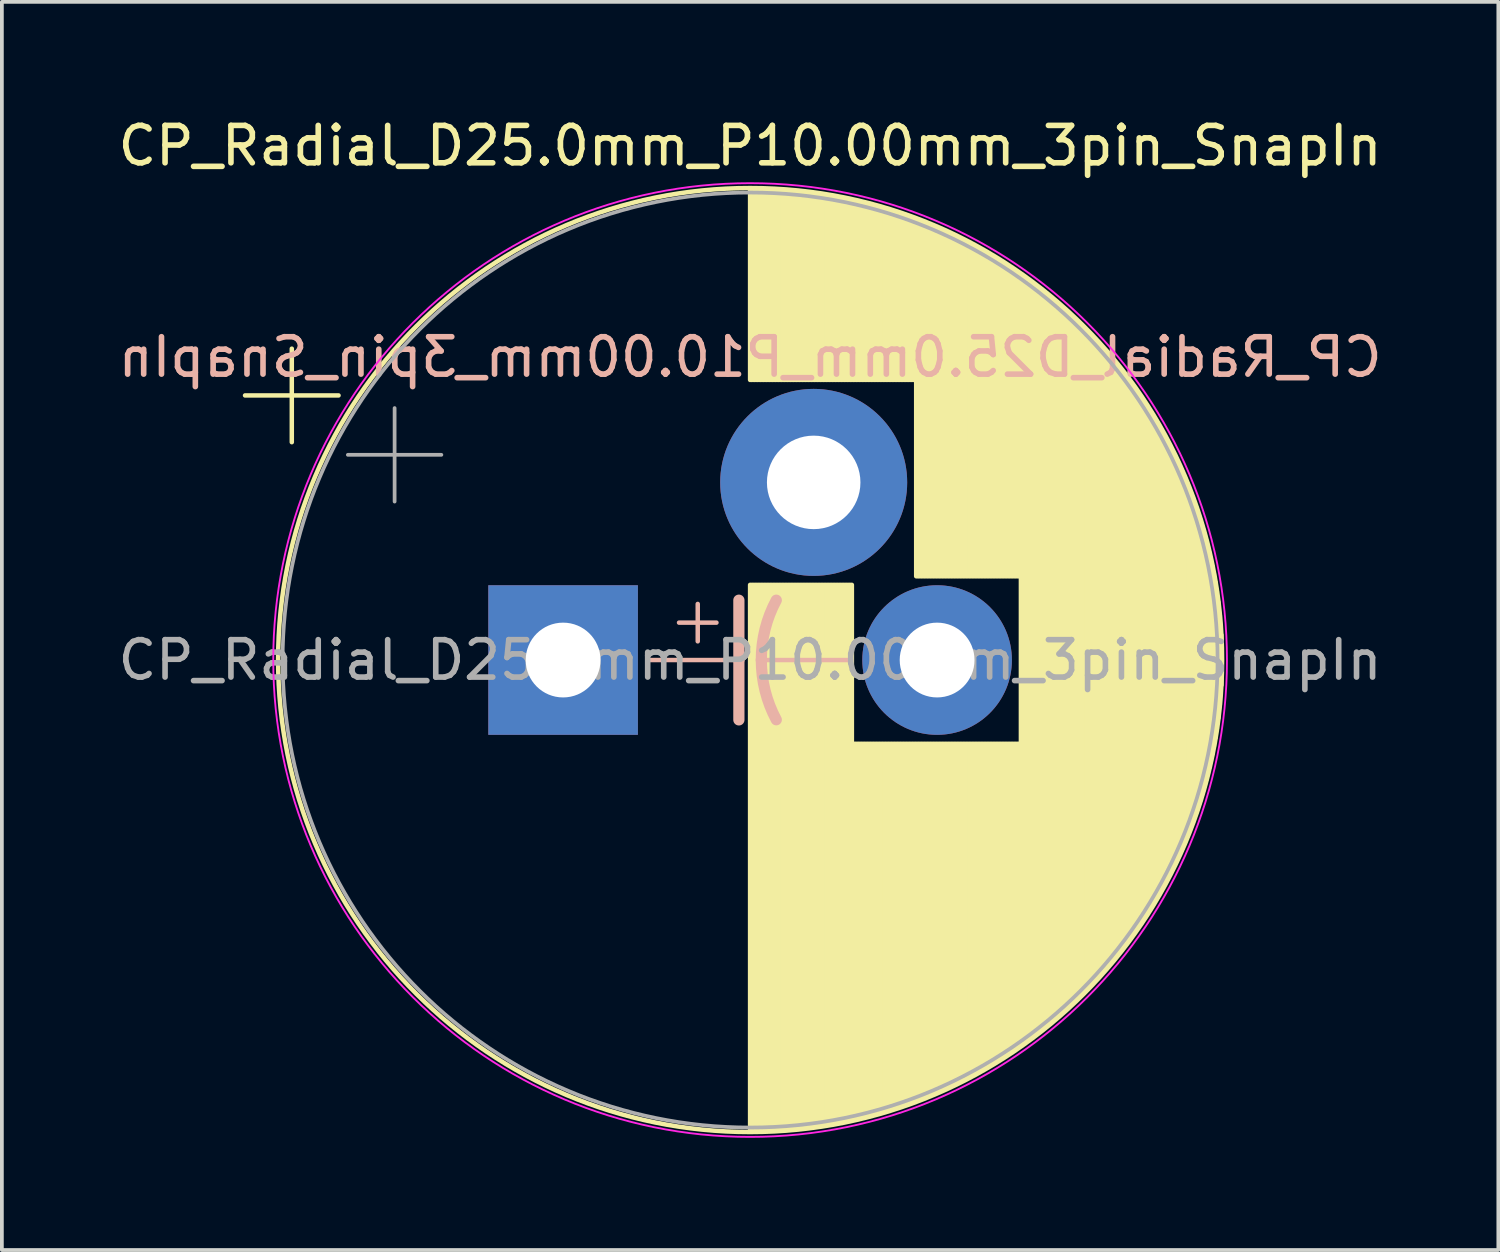
<source format=kicad_pcb>
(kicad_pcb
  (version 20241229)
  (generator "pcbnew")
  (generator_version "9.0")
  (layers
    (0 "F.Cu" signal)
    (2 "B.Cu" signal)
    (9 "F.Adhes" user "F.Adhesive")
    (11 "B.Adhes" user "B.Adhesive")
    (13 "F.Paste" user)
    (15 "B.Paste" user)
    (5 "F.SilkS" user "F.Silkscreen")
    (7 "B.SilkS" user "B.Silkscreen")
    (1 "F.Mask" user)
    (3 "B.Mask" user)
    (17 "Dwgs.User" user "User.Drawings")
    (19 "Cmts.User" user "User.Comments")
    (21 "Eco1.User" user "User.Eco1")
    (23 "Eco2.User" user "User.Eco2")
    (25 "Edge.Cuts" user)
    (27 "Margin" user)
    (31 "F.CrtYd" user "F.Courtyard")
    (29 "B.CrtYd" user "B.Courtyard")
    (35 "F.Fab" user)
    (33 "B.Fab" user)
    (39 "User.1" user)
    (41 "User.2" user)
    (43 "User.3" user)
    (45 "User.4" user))
  (footprint "CP_Radial_D25.0mm_P10.00mm_3pin_SnapIn"
    (layer "F.Cu")
    (at 12.006 14.598)
    (property "Reference" "CP_Radial_D25.0mm_P10.00mm_3pin_SnapIn" (at 5 -13.75 0) (layer "F.SilkS") (effects (font (size 1 1) (thickness 0.15))))
    (fp_line (start -8.504 -7.075) (end -6.004 -7.075) (stroke (width 0.12) (type solid)) (layer "F.SilkS"))
    (fp_line (start -7.254 -8.325) (end -7.254 -5.825) (stroke (width 0.12) (type solid)) (layer "F.SilkS"))
    (fp_line (start 5 -12.581) (end 5 -7.49) (stroke (width 0.12) (type solid)) (layer "F.SilkS"))
    (fp_line (start 5 -2.01) (end 5 12.581) (stroke (width 0.12) (type solid)) (layer "F.SilkS"))
    (fp_line (start 5.04 -12.58) (end 5.04 -7.49) (stroke (width 0.12) (type solid)) (layer "F.SilkS"))
    (fp_line (start 5.04 -2.01) (end 5.04 12.58) (stroke (width 0.12) (type solid)) (layer "F.SilkS"))
    (fp_line (start 5.08 -12.58) (end 5.08 -7.49) (stroke (width 0.12) (type solid)) (layer "F.SilkS"))
    (fp_line (start 5.08 -2.01) (end 5.08 12.58) (stroke (width 0.12) (type solid)) (layer "F.SilkS"))
    (fp_line (start 5.12 -12.58) (end 5.12 -7.49) (stroke (width 0.12) (type solid)) (layer "F.SilkS"))
    (fp_line (start 5.12 -2.01) (end 5.12 12.58) (stroke (width 0.12) (type solid)) (layer "F.SilkS"))
    (fp_line (start 5.16 -12.579) (end 5.16 -7.49) (stroke (width 0.12) (type solid)) (layer "F.SilkS"))
    (fp_line (start 5.16 -2.01) (end 5.16 12.579) (stroke (width 0.12) (type solid)) (layer "F.SilkS"))
    (fp_line (start 5.2 -12.579) (end 5.2 -7.49) (stroke (width 0.12) (type solid)) (layer "F.SilkS"))
    (fp_line (start 5.2 -2.01) (end 5.2 12.579) (stroke (width 0.12) (type solid)) (layer "F.SilkS"))
    (fp_line (start 5.24 -12.578) (end 5.24 -7.49) (stroke (width 0.12) (type solid)) (layer "F.SilkS"))
    (fp_line (start 5.24 -2.01) (end 5.24 12.578) (stroke (width 0.12) (type solid)) (layer "F.SilkS"))
    (fp_line (start 5.28 -12.577) (end 5.28 -7.49) (stroke (width 0.12) (type solid)) (layer "F.SilkS"))
    (fp_line (start 5.28 -2.01) (end 5.28 12.577) (stroke (width 0.12) (type solid)) (layer "F.SilkS"))
    (fp_line (start 5.32 -12.576) (end 5.32 -7.49) (stroke (width 0.12) (type solid)) (layer "F.SilkS"))
    (fp_line (start 5.32 -2.01) (end 5.32 12.576) (stroke (width 0.12) (type solid)) (layer "F.SilkS"))
    (fp_line (start 5.36 -12.575) (end 5.36 -7.49) (stroke (width 0.12) (type solid)) (layer "F.SilkS"))
    (fp_line (start 5.36 -2.01) (end 5.36 12.575) (stroke (width 0.12) (type solid)) (layer "F.SilkS"))
    (fp_line (start 5.4 -12.574) (end 5.4 -7.49) (stroke (width 0.12) (type solid)) (layer "F.SilkS"))
    (fp_line (start 5.4 -2.01) (end 5.4 12.574) (stroke (width 0.12) (type solid)) (layer "F.SilkS"))
    (fp_line (start 5.44 -12.573) (end 5.44 -7.49) (stroke (width 0.12) (type solid)) (layer "F.SilkS"))
    (fp_line (start 5.44 -2.01) (end 5.44 12.573) (stroke (width 0.12) (type solid)) (layer "F.SilkS"))
    (fp_line (start 5.48 -12.571) (end 5.48 -7.49) (stroke (width 0.12) (type solid)) (layer "F.SilkS"))
    (fp_line (start 5.48 -2.01) (end 5.48 12.571) (stroke (width 0.12) (type solid)) (layer "F.SilkS"))
    (fp_line (start 5.52 -12.57) (end 5.52 -7.49) (stroke (width 0.12) (type solid)) (layer "F.SilkS"))
    (fp_line (start 5.52 -2.01) (end 5.52 12.57) (stroke (width 0.12) (type solid)) (layer "F.SilkS"))
    (fp_line (start 5.56 -12.568) (end 5.56 -7.49) (stroke (width 0.12) (type solid)) (layer "F.SilkS"))
    (fp_line (start 5.56 -2.01) (end 5.56 12.568) (stroke (width 0.12) (type solid)) (layer "F.SilkS"))
    (fp_line (start 5.6 -12.566) (end 5.6 -7.49) (stroke (width 0.12) (type solid)) (layer "F.SilkS"))
    (fp_line (start 5.6 -2.01) (end 5.6 12.566) (stroke (width 0.12) (type solid)) (layer "F.SilkS"))
    (fp_line (start 5.64 -12.564) (end 5.64 -7.49) (stroke (width 0.12) (type solid)) (layer "F.SilkS"))
    (fp_line (start 5.64 -2.01) (end 5.64 12.564) (stroke (width 0.12) (type solid)) (layer "F.SilkS"))
    (fp_line (start 5.68 -12.562) (end 5.68 -7.49) (stroke (width 0.12) (type solid)) (layer "F.SilkS"))
    (fp_line (start 5.68 -2.01) (end 5.68 12.562) (stroke (width 0.12) (type solid)) (layer "F.SilkS"))
    (fp_line (start 5.721 -12.56) (end 5.721 -7.49) (stroke (width 0.12) (type solid)) (layer "F.SilkS"))
    (fp_line (start 5.721 -2.01) (end 5.721 12.56) (stroke (width 0.12) (type solid)) (layer "F.SilkS"))
    (fp_line (start 5.761 -12.558) (end 5.761 -7.49) (stroke (width 0.12) (type solid)) (layer "F.SilkS"))
    (fp_line (start 5.761 -2.01) (end 5.761 12.558) (stroke (width 0.12) (type solid)) (layer "F.SilkS"))
    (fp_line (start 5.801 -12.555) (end 5.801 -7.49) (stroke (width 0.12) (type solid)) (layer "F.SilkS"))
    (fp_line (start 5.801 -2.01) (end 5.801 12.555) (stroke (width 0.12) (type solid)) (layer "F.SilkS"))
    (fp_line (start 5.841 -12.553) (end 5.841 -7.49) (stroke (width 0.12) (type solid)) (layer "F.SilkS"))
    (fp_line (start 5.841 -2.01) (end 5.841 12.553) (stroke (width 0.12) (type solid)) (layer "F.SilkS"))
    (fp_line (start 5.881 -12.55) (end 5.881 -7.49) (stroke (width 0.12) (type solid)) (layer "F.SilkS"))
    (fp_line (start 5.881 -2.01) (end 5.881 12.55) (stroke (width 0.12) (type solid)) (layer "F.SilkS"))
    (fp_line (start 5.921 -12.547) (end 5.921 -7.49) (stroke (width 0.12) (type solid)) (layer "F.SilkS"))
    (fp_line (start 5.921 -2.01) (end 5.921 12.547) (stroke (width 0.12) (type solid)) (layer "F.SilkS"))
    (fp_line (start 5.961 -12.544) (end 5.961 -7.49) (stroke (width 0.12) (type solid)) (layer "F.SilkS"))
    (fp_line (start 5.961 -2.01) (end 5.961 12.544) (stroke (width 0.12) (type solid)) (layer "F.SilkS"))
    (fp_line (start 6.001 -12.541) (end 6.001 -7.49) (stroke (width 0.12) (type solid)) (layer "F.SilkS"))
    (fp_line (start 6.001 -2.01) (end 6.001 12.541) (stroke (width 0.12) (type solid)) (layer "F.SilkS"))
    (fp_line (start 6.041 -12.538) (end 6.041 -7.49) (stroke (width 0.12) (type solid)) (layer "F.SilkS"))
    (fp_line (start 6.041 -2.01) (end 6.041 12.538) (stroke (width 0.12) (type solid)) (layer "F.SilkS"))
    (fp_line (start 6.081 -12.534) (end 6.081 -7.49) (stroke (width 0.12) (type solid)) (layer "F.SilkS"))
    (fp_line (start 6.081 -2.01) (end 6.081 12.534) (stroke (width 0.12) (type solid)) (layer "F.SilkS"))
    (fp_line (start 6.121 -12.531) (end 6.121 -7.49) (stroke (width 0.12) (type solid)) (layer "F.SilkS"))
    (fp_line (start 6.121 -2.01) (end 6.121 12.531) (stroke (width 0.12) (type solid)) (layer "F.SilkS"))
    (fp_line (start 6.161 -12.527) (end 6.161 -7.49) (stroke (width 0.12) (type solid)) (layer "F.SilkS"))
    (fp_line (start 6.161 -2.01) (end 6.161 12.527) (stroke (width 0.12) (type solid)) (layer "F.SilkS"))
    (fp_line (start 6.201 -12.523) (end 6.201 -7.49) (stroke (width 0.12) (type solid)) (layer "F.SilkS"))
    (fp_line (start 6.201 -2.01) (end 6.201 12.523) (stroke (width 0.12) (type solid)) (layer "F.SilkS"))
    (fp_line (start 6.241 -12.519) (end 6.241 -7.49) (stroke (width 0.12) (type solid)) (layer "F.SilkS"))
    (fp_line (start 6.241 -2.01) (end 6.241 12.519) (stroke (width 0.12) (type solid)) (layer "F.SilkS"))
    (fp_line (start 6.281 -12.515) (end 6.281 -7.49) (stroke (width 0.12) (type solid)) (layer "F.SilkS"))
    (fp_line (start 6.281 -2.01) (end 6.281 12.515) (stroke (width 0.12) (type solid)) (layer "F.SilkS"))
    (fp_line (start 6.321 -12.511) (end 6.321 -7.49) (stroke (width 0.12) (type solid)) (layer "F.SilkS"))
    (fp_line (start 6.321 -2.01) (end 6.321 12.511) (stroke (width 0.12) (type solid)) (layer "F.SilkS"))
    (fp_line (start 6.361 -12.507) (end 6.361 -7.49) (stroke (width 0.12) (type solid)) (layer "F.SilkS"))
    (fp_line (start 6.361 -2.01) (end 6.361 12.507) (stroke (width 0.12) (type solid)) (layer "F.SilkS"))
    (fp_line (start 6.401 -12.503) (end 6.401 -7.49) (stroke (width 0.12) (type solid)) (layer "F.SilkS"))
    (fp_line (start 6.401 -2.01) (end 6.401 12.503) (stroke (width 0.12) (type solid)) (layer "F.SilkS"))
    (fp_line (start 6.441 -12.498) (end 6.441 -7.49) (stroke (width 0.12) (type solid)) (layer "F.SilkS"))
    (fp_line (start 6.441 -2.01) (end 6.441 12.498) (stroke (width 0.12) (type solid)) (layer "F.SilkS"))
    (fp_line (start 6.481 -12.493) (end 6.481 -7.49) (stroke (width 0.12) (type solid)) (layer "F.SilkS"))
    (fp_line (start 6.481 -2.01) (end 6.481 12.493) (stroke (width 0.12) (type solid)) (layer "F.SilkS"))
    (fp_line (start 6.521 -12.489) (end 6.521 -7.49) (stroke (width 0.12) (type solid)) (layer "F.SilkS"))
    (fp_line (start 6.521 -2.01) (end 6.521 12.489) (stroke (width 0.12) (type solid)) (layer "F.SilkS"))
    (fp_line (start 6.561 -12.484) (end 6.561 -7.49) (stroke (width 0.12) (type solid)) (layer "F.SilkS"))
    (fp_line (start 6.561 -2.01) (end 6.561 12.484) (stroke (width 0.12) (type solid)) (layer "F.SilkS"))
    (fp_line (start 6.601 -12.479) (end 6.601 -7.49) (stroke (width 0.12) (type solid)) (layer "F.SilkS"))
    (fp_line (start 6.601 -2.01) (end 6.601 12.479) (stroke (width 0.12) (type solid)) (layer "F.SilkS"))
    (fp_line (start 6.641 -12.473) (end 6.641 -7.49) (stroke (width 0.12) (type solid)) (layer "F.SilkS"))
    (fp_line (start 6.641 -2.01) (end 6.641 12.473) (stroke (width 0.12) (type solid)) (layer "F.SilkS"))
    (fp_line (start 6.681 -12.468) (end 6.681 -7.49) (stroke (width 0.12) (type solid)) (layer "F.SilkS"))
    (fp_line (start 6.681 -2.01) (end 6.681 12.468) (stroke (width 0.12) (type solid)) (layer "F.SilkS"))
    (fp_line (start 6.721 -12.463) (end 6.721 -7.49) (stroke (width 0.12) (type solid)) (layer "F.SilkS"))
    (fp_line (start 6.721 -2.01) (end 6.721 12.463) (stroke (width 0.12) (type solid)) (layer "F.SilkS"))
    (fp_line (start 6.761 -12.457) (end 6.761 -7.49) (stroke (width 0.12) (type solid)) (layer "F.SilkS"))
    (fp_line (start 6.761 -2.01) (end 6.761 12.457) (stroke (width 0.12) (type solid)) (layer "F.SilkS"))
    (fp_line (start 6.801 -12.451) (end 6.801 -7.49) (stroke (width 0.12) (type solid)) (layer "F.SilkS"))
    (fp_line (start 6.801 -2.01) (end 6.801 12.451) (stroke (width 0.12) (type solid)) (layer "F.SilkS"))
    (fp_line (start 6.841 -12.446) (end 6.841 -7.49) (stroke (width 0.12) (type solid)) (layer "F.SilkS"))
    (fp_line (start 6.841 -2.01) (end 6.841 12.446) (stroke (width 0.12) (type solid)) (layer "F.SilkS"))
    (fp_line (start 6.881 -12.44) (end 6.881 -7.49) (stroke (width 0.12) (type solid)) (layer "F.SilkS"))
    (fp_line (start 6.881 -2.01) (end 6.881 12.44) (stroke (width 0.12) (type solid)) (layer "F.SilkS"))
    (fp_line (start 6.921 -12.434) (end 6.921 -7.49) (stroke (width 0.12) (type solid)) (layer "F.SilkS"))
    (fp_line (start 6.921 -2.01) (end 6.921 12.434) (stroke (width 0.12) (type solid)) (layer "F.SilkS"))
    (fp_line (start 6.961 -12.427) (end 6.961 -7.49) (stroke (width 0.12) (type solid)) (layer "F.SilkS"))
    (fp_line (start 6.961 -2.01) (end 6.961 12.427) (stroke (width 0.12) (type solid)) (layer "F.SilkS"))
    (fp_line (start 7.001 -12.421) (end 7.001 -7.49) (stroke (width 0.12) (type solid)) (layer "F.SilkS"))
    (fp_line (start 7.001 -2.01) (end 7.001 12.421) (stroke (width 0.12) (type solid)) (layer "F.SilkS"))
    (fp_line (start 7.041 -12.415) (end 7.041 -7.49) (stroke (width 0.12) (type solid)) (layer "F.SilkS"))
    (fp_line (start 7.041 -2.01) (end 7.041 12.415) (stroke (width 0.12) (type solid)) (layer "F.SilkS"))
    (fp_line (start 7.081 -12.408) (end 7.081 -7.49) (stroke (width 0.12) (type solid)) (layer "F.SilkS"))
    (fp_line (start 7.081 -2.01) (end 7.081 12.408) (stroke (width 0.12) (type solid)) (layer "F.SilkS"))
    (fp_line (start 7.121 -12.401) (end 7.121 -7.49) (stroke (width 0.12) (type solid)) (layer "F.SilkS"))
    (fp_line (start 7.121 -2.01) (end 7.121 12.401) (stroke (width 0.12) (type solid)) (layer "F.SilkS"))
    (fp_line (start 7.161 -12.394) (end 7.161 -7.49) (stroke (width 0.12) (type solid)) (layer "F.SilkS"))
    (fp_line (start 7.161 -2.01) (end 7.161 12.394) (stroke (width 0.12) (type solid)) (layer "F.SilkS"))
    (fp_line (start 7.201 -12.387) (end 7.201 -7.49) (stroke (width 0.12) (type solid)) (layer "F.SilkS"))
    (fp_line (start 7.201 -2.01) (end 7.201 12.387) (stroke (width 0.12) (type solid)) (layer "F.SilkS"))
    (fp_line (start 7.241 -12.38) (end 7.241 -7.49) (stroke (width 0.12) (type solid)) (layer "F.SilkS"))
    (fp_line (start 7.241 -2.01) (end 7.241 12.38) (stroke (width 0.12) (type solid)) (layer "F.SilkS"))
    (fp_line (start 7.281 -12.373) (end 7.281 -7.49) (stroke (width 0.12) (type solid)) (layer "F.SilkS"))
    (fp_line (start 7.281 -2.01) (end 7.281 12.373) (stroke (width 0.12) (type solid)) (layer "F.SilkS"))
    (fp_line (start 7.321 -12.365) (end 7.321 -7.49) (stroke (width 0.12) (type solid)) (layer "F.SilkS"))
    (fp_line (start 7.321 -2.01) (end 7.321 12.365) (stroke (width 0.12) (type solid)) (layer "F.SilkS"))
    (fp_line (start 7.361 -12.358) (end 7.361 -7.49) (stroke (width 0.12) (type solid)) (layer "F.SilkS"))
    (fp_line (start 7.361 -2.01) (end 7.361 12.358) (stroke (width 0.12) (type solid)) (layer "F.SilkS"))
    (fp_line (start 7.401 -12.35) (end 7.401 -7.49) (stroke (width 0.12) (type solid)) (layer "F.SilkS"))
    (fp_line (start 7.401 -2.01) (end 7.401 12.35) (stroke (width 0.12) (type solid)) (layer "F.SilkS"))
    (fp_line (start 7.441 -12.342) (end 7.441 -7.49) (stroke (width 0.12) (type solid)) (layer "F.SilkS"))
    (fp_line (start 7.441 -2.01) (end 7.441 12.342) (stroke (width 0.12) (type solid)) (layer "F.SilkS"))
    (fp_line (start 7.481 -12.334) (end 7.481 -7.49) (stroke (width 0.12) (type solid)) (layer "F.SilkS"))
    (fp_line (start 7.481 -2.01) (end 7.481 12.334) (stroke (width 0.12) (type solid)) (layer "F.SilkS"))
    (fp_line (start 7.521 -12.326) (end 7.521 -7.49) (stroke (width 0.12) (type solid)) (layer "F.SilkS"))
    (fp_line (start 7.521 -2.01) (end 7.521 12.326) (stroke (width 0.12) (type solid)) (layer "F.SilkS"))
    (fp_line (start 7.561 -12.318) (end 7.561 -7.49) (stroke (width 0.12) (type solid)) (layer "F.SilkS"))
    (fp_line (start 7.561 -2.01) (end 7.561 12.318) (stroke (width 0.12) (type solid)) (layer "F.SilkS"))
    (fp_line (start 7.601 -12.31) (end 7.601 -7.49) (stroke (width 0.12) (type solid)) (layer "F.SilkS"))
    (fp_line (start 7.601 -2.01) (end 7.601 12.31) (stroke (width 0.12) (type solid)) (layer "F.SilkS"))
    (fp_line (start 7.641 -12.301) (end 7.641 -7.49) (stroke (width 0.12) (type solid)) (layer "F.SilkS"))
    (fp_line (start 7.641 -2.01) (end 7.641 12.301) (stroke (width 0.12) (type solid)) (layer "F.SilkS"))
    (fp_line (start 7.681 -12.293) (end 7.681 -7.49) (stroke (width 0.12) (type solid)) (layer "F.SilkS"))
    (fp_line (start 7.681 -2.01) (end 7.681 12.293) (stroke (width 0.12) (type solid)) (layer "F.SilkS"))
    (fp_line (start 7.721 -12.284) (end 7.721 -7.49) (stroke (width 0.12) (type solid)) (layer "F.SilkS"))
    (fp_line (start 7.721 -2.01) (end 7.721 12.284) (stroke (width 0.12) (type solid)) (layer "F.SilkS"))
    (fp_line (start 7.761 -12.275) (end 7.761 -7.49) (stroke (width 0.12) (type solid)) (layer "F.SilkS"))
    (fp_line (start 7.761 2.24) (end 7.761 12.275) (stroke (width 0.12) (type solid)) (layer "F.SilkS"))
    (fp_line (start 7.801 -12.266) (end 7.801 -7.49) (stroke (width 0.12) (type solid)) (layer "F.SilkS"))
    (fp_line (start 7.801 2.24) (end 7.801 12.266) (stroke (width 0.12) (type solid)) (layer "F.SilkS"))
    (fp_line (start 7.841 -12.257) (end 7.841 -7.49) (stroke (width 0.12) (type solid)) (layer "F.SilkS"))
    (fp_line (start 7.841 2.24) (end 7.841 12.257) (stroke (width 0.12) (type solid)) (layer "F.SilkS"))
    (fp_line (start 7.881 -12.247) (end 7.881 -7.49) (stroke (width 0.12) (type solid)) (layer "F.SilkS"))
    (fp_line (start 7.881 2.24) (end 7.881 12.247) (stroke (width 0.12) (type solid)) (layer "F.SilkS"))
    (fp_line (start 7.921 -12.238) (end 7.921 -7.49) (stroke (width 0.12) (type solid)) (layer "F.SilkS"))
    (fp_line (start 7.921 2.24) (end 7.921 12.238) (stroke (width 0.12) (type solid)) (layer "F.SilkS"))
    (fp_line (start 7.961 -12.228) (end 7.961 -7.49) (stroke (width 0.12) (type solid)) (layer "F.SilkS"))
    (fp_line (start 7.961 2.24) (end 7.961 12.228) (stroke (width 0.12) (type solid)) (layer "F.SilkS"))
    (fp_line (start 8.001 -12.219) (end 8.001 -7.49) (stroke (width 0.12) (type solid)) (layer "F.SilkS"))
    (fp_line (start 8.001 2.24) (end 8.001 12.219) (stroke (width 0.12) (type solid)) (layer "F.SilkS"))
    (fp_line (start 8.041 -12.209) (end 8.041 -7.49) (stroke (width 0.12) (type solid)) (layer "F.SilkS"))
    (fp_line (start 8.041 2.24) (end 8.041 12.209) (stroke (width 0.12) (type solid)) (layer "F.SilkS"))
    (fp_line (start 8.081 -12.199) (end 8.081 -7.49) (stroke (width 0.12) (type solid)) (layer "F.SilkS"))
    (fp_line (start 8.081 2.24) (end 8.081 12.199) (stroke (width 0.12) (type solid)) (layer "F.SilkS"))
    (fp_line (start 8.121 -12.189) (end 8.121 -7.49) (stroke (width 0.12) (type solid)) (layer "F.SilkS"))
    (fp_line (start 8.121 2.24) (end 8.121 12.189) (stroke (width 0.12) (type solid)) (layer "F.SilkS"))
    (fp_line (start 8.161 -12.178) (end 8.161 -7.49) (stroke (width 0.12) (type solid)) (layer "F.SilkS"))
    (fp_line (start 8.161 2.24) (end 8.161 12.178) (stroke (width 0.12) (type solid)) (layer "F.SilkS"))
    (fp_line (start 8.201 -12.168) (end 8.201 -7.49) (stroke (width 0.12) (type solid)) (layer "F.SilkS"))
    (fp_line (start 8.201 2.24) (end 8.201 12.168) (stroke (width 0.12) (type solid)) (layer "F.SilkS"))
    (fp_line (start 8.241 -12.157) (end 8.241 -7.49) (stroke (width 0.12) (type solid)) (layer "F.SilkS"))
    (fp_line (start 8.241 2.24) (end 8.241 12.157) (stroke (width 0.12) (type solid)) (layer "F.SilkS"))
    (fp_line (start 8.281 -12.147) (end 8.281 -7.49) (stroke (width 0.12) (type solid)) (layer "F.SilkS"))
    (fp_line (start 8.281 2.24) (end 8.281 12.147) (stroke (width 0.12) (type solid)) (layer "F.SilkS"))
    (fp_line (start 8.321 -12.136) (end 8.321 -7.49) (stroke (width 0.12) (type solid)) (layer "F.SilkS"))
    (fp_line (start 8.321 2.24) (end 8.321 12.136) (stroke (width 0.12) (type solid)) (layer "F.SilkS"))
    (fp_line (start 8.361 -12.125) (end 8.361 -7.49) (stroke (width 0.12) (type solid)) (layer "F.SilkS"))
    (fp_line (start 8.361 2.24) (end 8.361 12.125) (stroke (width 0.12) (type solid)) (layer "F.SilkS"))
    (fp_line (start 8.401 -12.114) (end 8.401 -7.49) (stroke (width 0.12) (type solid)) (layer "F.SilkS"))
    (fp_line (start 8.401 2.24) (end 8.401 12.114) (stroke (width 0.12) (type solid)) (layer "F.SilkS"))
    (fp_line (start 8.441 -12.103) (end 8.441 -7.49) (stroke (width 0.12) (type solid)) (layer "F.SilkS"))
    (fp_line (start 8.441 2.24) (end 8.441 12.103) (stroke (width 0.12) (type solid)) (layer "F.SilkS"))
    (fp_line (start 8.481 -12.091) (end 8.481 -7.49) (stroke (width 0.12) (type solid)) (layer "F.SilkS"))
    (fp_line (start 8.481 2.24) (end 8.481 12.091) (stroke (width 0.12) (type solid)) (layer "F.SilkS"))
    (fp_line (start 8.521 -12.08) (end 8.521 -7.49) (stroke (width 0.12) (type solid)) (layer "F.SilkS"))
    (fp_line (start 8.521 2.24) (end 8.521 12.08) (stroke (width 0.12) (type solid)) (layer "F.SilkS"))
    (fp_line (start 8.561 -12.068) (end 8.561 -7.49) (stroke (width 0.12) (type solid)) (layer "F.SilkS"))
    (fp_line (start 8.561 2.24) (end 8.561 12.068) (stroke (width 0.12) (type solid)) (layer "F.SilkS"))
    (fp_line (start 8.601 -12.056) (end 8.601 -7.49) (stroke (width 0.12) (type solid)) (layer "F.SilkS"))
    (fp_line (start 8.601 2.24) (end 8.601 12.056) (stroke (width 0.12) (type solid)) (layer "F.SilkS"))
    (fp_line (start 8.641 -12.044) (end 8.641 -7.49) (stroke (width 0.12) (type solid)) (layer "F.SilkS"))
    (fp_line (start 8.641 2.24) (end 8.641 12.044) (stroke (width 0.12) (type solid)) (layer "F.SilkS"))
    (fp_line (start 8.681 -12.032) (end 8.681 -7.49) (stroke (width 0.12) (type solid)) (layer "F.SilkS"))
    (fp_line (start 8.681 2.24) (end 8.681 12.032) (stroke (width 0.12) (type solid)) (layer "F.SilkS"))
    (fp_line (start 8.721 -12.02) (end 8.721 -7.49) (stroke (width 0.12) (type solid)) (layer "F.SilkS"))
    (fp_line (start 8.721 2.24) (end 8.721 12.02) (stroke (width 0.12) (type solid)) (layer "F.SilkS"))
    (fp_line (start 8.761 -12.007) (end 8.761 -7.49) (stroke (width 0.12) (type solid)) (layer "F.SilkS"))
    (fp_line (start 8.761 2.24) (end 8.761 12.007) (stroke (width 0.12) (type solid)) (layer "F.SilkS"))
    (fp_line (start 8.801 -11.995) (end 8.801 -7.49) (stroke (width 0.12) (type solid)) (layer "F.SilkS"))
    (fp_line (start 8.801 2.24) (end 8.801 11.995) (stroke (width 0.12) (type solid)) (layer "F.SilkS"))
    (fp_line (start 8.841 -11.982) (end 8.841 -7.49) (stroke (width 0.12) (type solid)) (layer "F.SilkS"))
    (fp_line (start 8.841 2.24) (end 8.841 11.982) (stroke (width 0.12) (type solid)) (layer "F.SilkS"))
    (fp_line (start 8.881 -11.969) (end 8.881 -7.49) (stroke (width 0.12) (type solid)) (layer "F.SilkS"))
    (fp_line (start 8.881 2.24) (end 8.881 11.969) (stroke (width 0.12) (type solid)) (layer "F.SilkS"))
    (fp_line (start 8.921 -11.956) (end 8.921 -7.49) (stroke (width 0.12) (type solid)) (layer "F.SilkS"))
    (fp_line (start 8.921 2.24) (end 8.921 11.956) (stroke (width 0.12) (type solid)) (layer "F.SilkS"))
    (fp_line (start 8.961 -11.943) (end 8.961 -7.49) (stroke (width 0.12) (type solid)) (layer "F.SilkS"))
    (fp_line (start 8.961 2.24) (end 8.961 11.943) (stroke (width 0.12) (type solid)) (layer "F.SilkS"))
    (fp_line (start 9.001 -11.93) (end 9.001 -7.49) (stroke (width 0.12) (type solid)) (layer "F.SilkS"))
    (fp_line (start 9.001 2.24) (end 9.001 11.93) (stroke (width 0.12) (type solid)) (layer "F.SilkS"))
    (fp_line (start 9.041 -11.916) (end 9.041 -7.49) (stroke (width 0.12) (type solid)) (layer "F.SilkS"))
    (fp_line (start 9.041 2.24) (end 9.041 11.916) (stroke (width 0.12) (type solid)) (layer "F.SilkS"))
    (fp_line (start 9.081 -11.903) (end 9.081 -7.49) (stroke (width 0.12) (type solid)) (layer "F.SilkS"))
    (fp_line (start 9.081 2.24) (end 9.081 11.903) (stroke (width 0.12) (type solid)) (layer "F.SilkS"))
    (fp_line (start 9.121 -11.889) (end 9.121 -7.49) (stroke (width 0.12) (type solid)) (layer "F.SilkS"))
    (fp_line (start 9.121 2.24) (end 9.121 11.889) (stroke (width 0.12) (type solid)) (layer "F.SilkS"))
    (fp_line (start 9.161 -11.875) (end 9.161 -7.49) (stroke (width 0.12) (type solid)) (layer "F.SilkS"))
    (fp_line (start 9.161 2.24) (end 9.161 11.875) (stroke (width 0.12) (type solid)) (layer "F.SilkS"))
    (fp_line (start 9.201 -11.861) (end 9.201 -7.49) (stroke (width 0.12) (type solid)) (layer "F.SilkS"))
    (fp_line (start 9.201 2.24) (end 9.201 11.861) (stroke (width 0.12) (type solid)) (layer "F.SilkS"))
    (fp_line (start 9.241 -11.847) (end 9.241 -7.49) (stroke (width 0.12) (type solid)) (layer "F.SilkS"))
    (fp_line (start 9.241 2.24) (end 9.241 11.847) (stroke (width 0.12) (type solid)) (layer "F.SilkS"))
    (fp_line (start 9.281 -11.833) (end 9.281 -7.49) (stroke (width 0.12) (type solid)) (layer "F.SilkS"))
    (fp_line (start 9.281 2.24) (end 9.281 11.833) (stroke (width 0.12) (type solid)) (layer "F.SilkS"))
    (fp_line (start 9.321 -11.818) (end 9.321 -7.49) (stroke (width 0.12) (type solid)) (layer "F.SilkS"))
    (fp_line (start 9.321 2.24) (end 9.321 11.818) (stroke (width 0.12) (type solid)) (layer "F.SilkS"))
    (fp_line (start 9.361 -11.803) (end 9.361 -7.49) (stroke (width 0.12) (type solid)) (layer "F.SilkS"))
    (fp_line (start 9.361 2.24) (end 9.361 11.803) (stroke (width 0.12) (type solid)) (layer "F.SilkS"))
    (fp_line (start 9.401 -11.789) (end 9.401 -7.49) (stroke (width 0.12) (type solid)) (layer "F.SilkS"))
    (fp_line (start 9.401 2.24) (end 9.401 11.789) (stroke (width 0.12) (type solid)) (layer "F.SilkS"))
    (fp_line (start 9.441 -11.774) (end 9.441 -2.24) (stroke (width 0.12) (type solid)) (layer "F.SilkS"))
    (fp_line (start 9.441 2.24) (end 9.441 11.774) (stroke (width 0.12) (type solid)) (layer "F.SilkS"))
    (fp_line (start 9.481 -11.759) (end 9.481 -2.24) (stroke (width 0.12) (type solid)) (layer "F.SilkS"))
    (fp_line (start 9.481 2.24) (end 9.481 11.759) (stroke (width 0.12) (type solid)) (layer "F.SilkS"))
    (fp_line (start 9.521 -11.743) (end 9.521 -2.24) (stroke (width 0.12) (type solid)) (layer "F.SilkS"))
    (fp_line (start 9.521 2.24) (end 9.521 11.743) (stroke (width 0.12) (type solid)) (layer "F.SilkS"))
    (fp_line (start 9.561 -11.728) (end 9.561 -2.24) (stroke (width 0.12) (type solid)) (layer "F.SilkS"))
    (fp_line (start 9.561 2.24) (end 9.561 11.728) (stroke (width 0.12) (type solid)) (layer "F.SilkS"))
    (fp_line (start 9.601 -11.712) (end 9.601 -2.24) (stroke (width 0.12) (type solid)) (layer "F.SilkS"))
    (fp_line (start 9.601 2.24) (end 9.601 11.712) (stroke (width 0.12) (type solid)) (layer "F.SilkS"))
    (fp_line (start 9.641 -11.697) (end 9.641 -2.24) (stroke (width 0.12) (type solid)) (layer "F.SilkS"))
    (fp_line (start 9.641 2.24) (end 9.641 11.697) (stroke (width 0.12) (type solid)) (layer "F.SilkS"))
    (fp_line (start 9.681 -11.681) (end 9.681 -2.24) (stroke (width 0.12) (type solid)) (layer "F.SilkS"))
    (fp_line (start 9.681 2.24) (end 9.681 11.681) (stroke (width 0.12) (type solid)) (layer "F.SilkS"))
    (fp_line (start 9.721 -11.665) (end 9.721 -2.24) (stroke (width 0.12) (type solid)) (layer "F.SilkS"))
    (fp_line (start 9.721 2.24) (end 9.721 11.665) (stroke (width 0.12) (type solid)) (layer "F.SilkS"))
    (fp_line (start 9.761 -11.648) (end 9.761 -2.24) (stroke (width 0.12) (type solid)) (layer "F.SilkS"))
    (fp_line (start 9.761 2.24) (end 9.761 11.648) (stroke (width 0.12) (type solid)) (layer "F.SilkS"))
    (fp_line (start 9.801 -11.632) (end 9.801 -2.24) (stroke (width 0.12) (type solid)) (layer "F.SilkS"))
    (fp_line (start 9.801 2.24) (end 9.801 11.632) (stroke (width 0.12) (type solid)) (layer "F.SilkS"))
    (fp_line (start 9.841 -11.615) (end 9.841 -2.24) (stroke (width 0.12) (type solid)) (layer "F.SilkS"))
    (fp_line (start 9.841 2.24) (end 9.841 11.615) (stroke (width 0.12) (type solid)) (layer "F.SilkS"))
    (fp_line (start 9.881 -11.599) (end 9.881 -2.24) (stroke (width 0.12) (type solid)) (layer "F.SilkS"))
    (fp_line (start 9.881 2.24) (end 9.881 11.599) (stroke (width 0.12) (type solid)) (layer "F.SilkS"))
    (fp_line (start 9.921 -11.582) (end 9.921 -2.24) (stroke (width 0.12) (type solid)) (layer "F.SilkS"))
    (fp_line (start 9.921 2.24) (end 9.921 11.582) (stroke (width 0.12) (type solid)) (layer "F.SilkS"))
    (fp_line (start 9.961 -11.565) (end 9.961 -2.24) (stroke (width 0.12) (type solid)) (layer "F.SilkS"))
    (fp_line (start 9.961 2.24) (end 9.961 11.565) (stroke (width 0.12) (type solid)) (layer "F.SilkS"))
    (fp_line (start 10.001 -11.548) (end 10.001 -2.24) (stroke (width 0.12) (type solid)) (layer "F.SilkS"))
    (fp_line (start 10.001 2.24) (end 10.001 11.548) (stroke (width 0.12) (type solid)) (layer "F.SilkS"))
    (fp_line (start 10.041 -11.53) (end 10.041 -2.24) (stroke (width 0.12) (type solid)) (layer "F.SilkS"))
    (fp_line (start 10.041 2.24) (end 10.041 11.53) (stroke (width 0.12) (type solid)) (layer "F.SilkS"))
    (fp_line (start 10.081 -11.513) (end 10.081 -2.24) (stroke (width 0.12) (type solid)) (layer "F.SilkS"))
    (fp_line (start 10.081 2.24) (end 10.081 11.513) (stroke (width 0.12) (type solid)) (layer "F.SilkS"))
    (fp_line (start 10.121 -11.495) (end 10.121 -2.24) (stroke (width 0.12) (type solid)) (layer "F.SilkS"))
    (fp_line (start 10.121 2.24) (end 10.121 11.495) (stroke (width 0.12) (type solid)) (layer "F.SilkS"))
    (fp_line (start 10.161 -11.477) (end 10.161 -2.24) (stroke (width 0.12) (type solid)) (layer "F.SilkS"))
    (fp_line (start 10.161 2.24) (end 10.161 11.477) (stroke (width 0.12) (type solid)) (layer "F.SilkS"))
    (fp_line (start 10.201 -11.459) (end 10.201 -2.24) (stroke (width 0.12) (type solid)) (layer "F.SilkS"))
    (fp_line (start 10.201 2.24) (end 10.201 11.459) (stroke (width 0.12) (type solid)) (layer "F.SilkS"))
    (fp_line (start 10.241 -11.441) (end 10.241 -2.24) (stroke (width 0.12) (type solid)) (layer "F.SilkS"))
    (fp_line (start 10.241 2.24) (end 10.241 11.441) (stroke (width 0.12) (type solid)) (layer "F.SilkS"))
    (fp_line (start 10.281 -11.423) (end 10.281 -2.24) (stroke (width 0.12) (type solid)) (layer "F.SilkS"))
    (fp_line (start 10.281 2.24) (end 10.281 11.423) (stroke (width 0.12) (type solid)) (layer "F.SilkS"))
    (fp_line (start 10.321 -11.404) (end 10.321 -2.24) (stroke (width 0.12) (type solid)) (layer "F.SilkS"))
    (fp_line (start 10.321 2.24) (end 10.321 11.404) (stroke (width 0.12) (type solid)) (layer "F.SilkS"))
    (fp_line (start 10.361 -11.386) (end 10.361 -2.24) (stroke (width 0.12) (type solid)) (layer "F.SilkS"))
    (fp_line (start 10.361 2.24) (end 10.361 11.386) (stroke (width 0.12) (type solid)) (layer "F.SilkS"))
    (fp_line (start 10.401 -11.367) (end 10.401 -2.24) (stroke (width 0.12) (type solid)) (layer "F.SilkS"))
    (fp_line (start 10.401 2.24) (end 10.401 11.367) (stroke (width 0.12) (type solid)) (layer "F.SilkS"))
    (fp_line (start 10.441 -11.348) (end 10.441 -2.24) (stroke (width 0.12) (type solid)) (layer "F.SilkS"))
    (fp_line (start 10.441 2.24) (end 10.441 11.348) (stroke (width 0.12) (type solid)) (layer "F.SilkS"))
    (fp_line (start 10.481 -11.329) (end 10.481 -2.24) (stroke (width 0.12) (type solid)) (layer "F.SilkS"))
    (fp_line (start 10.481 2.24) (end 10.481 11.329) (stroke (width 0.12) (type solid)) (layer "F.SilkS"))
    (fp_line (start 10.521 -11.309) (end 10.521 -2.24) (stroke (width 0.12) (type solid)) (layer "F.SilkS"))
    (fp_line (start 10.521 2.24) (end 10.521 11.309) (stroke (width 0.12) (type solid)) (layer "F.SilkS"))
    (fp_line (start 10.561 -11.29) (end 10.561 -2.24) (stroke (width 0.12) (type solid)) (layer "F.SilkS"))
    (fp_line (start 10.561 2.24) (end 10.561 11.29) (stroke (width 0.12) (type solid)) (layer "F.SilkS"))
    (fp_line (start 10.601 -11.27) (end 10.601 -2.24) (stroke (width 0.12) (type solid)) (layer "F.SilkS"))
    (fp_line (start 10.601 2.24) (end 10.601 11.27) (stroke (width 0.12) (type solid)) (layer "F.SilkS"))
    (fp_line (start 10.641 -11.25) (end 10.641 -2.24) (stroke (width 0.12) (type solid)) (layer "F.SilkS"))
    (fp_line (start 10.641 2.24) (end 10.641 11.25) (stroke (width 0.12) (type solid)) (layer "F.SilkS"))
    (fp_line (start 10.681 -11.23) (end 10.681 -2.24) (stroke (width 0.12) (type solid)) (layer "F.SilkS"))
    (fp_line (start 10.681 2.24) (end 10.681 11.23) (stroke (width 0.12) (type solid)) (layer "F.SilkS"))
    (fp_line (start 10.721 -11.21) (end 10.721 -2.24) (stroke (width 0.12) (type solid)) (layer "F.SilkS"))
    (fp_line (start 10.721 2.24) (end 10.721 11.21) (stroke (width 0.12) (type solid)) (layer "F.SilkS"))
    (fp_line (start 10.761 -11.189) (end 10.761 -2.24) (stroke (width 0.12) (type solid)) (layer "F.SilkS"))
    (fp_line (start 10.761 2.24) (end 10.761 11.189) (stroke (width 0.12) (type solid)) (layer "F.SilkS"))
    (fp_line (start 10.801 -11.169) (end 10.801 -2.24) (stroke (width 0.12) (type solid)) (layer "F.SilkS"))
    (fp_line (start 10.801 2.24) (end 10.801 11.169) (stroke (width 0.12) (type solid)) (layer "F.SilkS"))
    (fp_line (start 10.841 -11.148) (end 10.841 -2.24) (stroke (width 0.12) (type solid)) (layer "F.SilkS"))
    (fp_line (start 10.841 2.24) (end 10.841 11.148) (stroke (width 0.12) (type solid)) (layer "F.SilkS"))
    (fp_line (start 10.881 -11.127) (end 10.881 -2.24) (stroke (width 0.12) (type solid)) (layer "F.SilkS"))
    (fp_line (start 10.881 2.24) (end 10.881 11.127) (stroke (width 0.12) (type solid)) (layer "F.SilkS"))
    (fp_line (start 10.921 -11.106) (end 10.921 -2.24) (stroke (width 0.12) (type solid)) (layer "F.SilkS"))
    (fp_line (start 10.921 2.24) (end 10.921 11.106) (stroke (width 0.12) (type solid)) (layer "F.SilkS"))
    (fp_line (start 10.961 -11.084) (end 10.961 -2.24) (stroke (width 0.12) (type solid)) (layer "F.SilkS"))
    (fp_line (start 10.961 2.24) (end 10.961 11.084) (stroke (width 0.12) (type solid)) (layer "F.SilkS"))
    (fp_line (start 11.001 -11.063) (end 11.001 -2.24) (stroke (width 0.12) (type solid)) (layer "F.SilkS"))
    (fp_line (start 11.001 2.24) (end 11.001 11.063) (stroke (width 0.12) (type solid)) (layer "F.SilkS"))
    (fp_line (start 11.041 -11.041) (end 11.041 -2.24) (stroke (width 0.12) (type solid)) (layer "F.SilkS"))
    (fp_line (start 11.041 2.24) (end 11.041 11.041) (stroke (width 0.12) (type solid)) (layer "F.SilkS"))
    (fp_line (start 11.081 -11.019) (end 11.081 -2.24) (stroke (width 0.12) (type solid)) (layer "F.SilkS"))
    (fp_line (start 11.081 2.24) (end 11.081 11.019) (stroke (width 0.12) (type solid)) (layer "F.SilkS"))
    (fp_line (start 11.121 -10.997) (end 11.121 -2.24) (stroke (width 0.12) (type solid)) (layer "F.SilkS"))
    (fp_line (start 11.121 2.24) (end 11.121 10.997) (stroke (width 0.12) (type solid)) (layer "F.SilkS"))
    (fp_line (start 11.161 -10.975) (end 11.161 -2.24) (stroke (width 0.12) (type solid)) (layer "F.SilkS"))
    (fp_line (start 11.161 2.24) (end 11.161 10.975) (stroke (width 0.12) (type solid)) (layer "F.SilkS"))
    (fp_line (start 11.201 -10.953) (end 11.201 -2.24) (stroke (width 0.12) (type solid)) (layer "F.SilkS"))
    (fp_line (start 11.201 2.24) (end 11.201 10.953) (stroke (width 0.12) (type solid)) (layer "F.SilkS"))
    (fp_line (start 11.241 -10.93) (end 11.241 -2.24) (stroke (width 0.12) (type solid)) (layer "F.SilkS"))
    (fp_line (start 11.241 2.24) (end 11.241 10.93) (stroke (width 0.12) (type solid)) (layer "F.SilkS"))
    (fp_line (start 11.281 -10.907) (end 11.281 -2.24) (stroke (width 0.12) (type solid)) (layer "F.SilkS"))
    (fp_line (start 11.281 2.24) (end 11.281 10.907) (stroke (width 0.12) (type solid)) (layer "F.SilkS"))
    (fp_line (start 11.321 -10.884) (end 11.321 -2.24) (stroke (width 0.12) (type solid)) (layer "F.SilkS"))
    (fp_line (start 11.321 2.24) (end 11.321 10.884) (stroke (width 0.12) (type solid)) (layer "F.SilkS"))
    (fp_line (start 11.361 -10.861) (end 11.361 -2.24) (stroke (width 0.12) (type solid)) (layer "F.SilkS"))
    (fp_line (start 11.361 2.24) (end 11.361 10.861) (stroke (width 0.12) (type solid)) (layer "F.SilkS"))
    (fp_line (start 11.401 -10.837) (end 11.401 -2.24) (stroke (width 0.12) (type solid)) (layer "F.SilkS"))
    (fp_line (start 11.401 2.24) (end 11.401 10.837) (stroke (width 0.12) (type solid)) (layer "F.SilkS"))
    (fp_line (start 11.441 -10.814) (end 11.441 -2.24) (stroke (width 0.12) (type solid)) (layer "F.SilkS"))
    (fp_line (start 11.441 2.24) (end 11.441 10.814) (stroke (width 0.12) (type solid)) (layer "F.SilkS"))
    (fp_line (start 11.481 -10.79) (end 11.481 -2.24) (stroke (width 0.12) (type solid)) (layer "F.SilkS"))
    (fp_line (start 11.481 2.24) (end 11.481 10.79) (stroke (width 0.12) (type solid)) (layer "F.SilkS"))
    (fp_line (start 11.521 -10.766) (end 11.521 -2.24) (stroke (width 0.12) (type solid)) (layer "F.SilkS"))
    (fp_line (start 11.521 2.24) (end 11.521 10.766) (stroke (width 0.12) (type solid)) (layer "F.SilkS"))
    (fp_line (start 11.561 -10.742) (end 11.561 -2.24) (stroke (width 0.12) (type solid)) (layer "F.SilkS"))
    (fp_line (start 11.561 2.24) (end 11.561 10.742) (stroke (width 0.12) (type solid)) (layer "F.SilkS"))
    (fp_line (start 11.601 -10.717) (end 11.601 -2.24) (stroke (width 0.12) (type solid)) (layer "F.SilkS"))
    (fp_line (start 11.601 2.24) (end 11.601 10.717) (stroke (width 0.12) (type solid)) (layer "F.SilkS"))
    (fp_line (start 11.641 -10.692) (end 11.641 -2.24) (stroke (width 0.12) (type solid)) (layer "F.SilkS"))
    (fp_line (start 11.641 2.24) (end 11.641 10.692) (stroke (width 0.12) (type solid)) (layer "F.SilkS"))
    (fp_line (start 11.681 -10.668) (end 11.681 -2.24) (stroke (width 0.12) (type solid)) (layer "F.SilkS"))
    (fp_line (start 11.681 2.24) (end 11.681 10.668) (stroke (width 0.12) (type solid)) (layer "F.SilkS"))
    (fp_line (start 11.721 -10.643) (end 11.721 -2.24) (stroke (width 0.12) (type solid)) (layer "F.SilkS"))
    (fp_line (start 11.721 2.24) (end 11.721 10.643) (stroke (width 0.12) (type solid)) (layer "F.SilkS"))
    (fp_line (start 11.761 -10.617) (end 11.761 -2.24) (stroke (width 0.12) (type solid)) (layer "F.SilkS"))
    (fp_line (start 11.761 2.24) (end 11.761 10.617) (stroke (width 0.12) (type solid)) (layer "F.SilkS"))
    (fp_line (start 11.801 -10.592) (end 11.801 -2.24) (stroke (width 0.12) (type solid)) (layer "F.SilkS"))
    (fp_line (start 11.801 2.24) (end 11.801 10.592) (stroke (width 0.12) (type solid)) (layer "F.SilkS"))
    (fp_line (start 11.841 -10.566) (end 11.841 -2.24) (stroke (width 0.12) (type solid)) (layer "F.SilkS"))
    (fp_line (start 11.841 2.24) (end 11.841 10.566) (stroke (width 0.12) (type solid)) (layer "F.SilkS"))
    (fp_line (start 11.881 -10.54) (end 11.881 -2.24) (stroke (width 0.12) (type solid)) (layer "F.SilkS"))
    (fp_line (start 11.881 2.24) (end 11.881 10.54) (stroke (width 0.12) (type solid)) (layer "F.SilkS"))
    (fp_line (start 11.921 -10.514) (end 11.921 -2.24) (stroke (width 0.12) (type solid)) (layer "F.SilkS"))
    (fp_line (start 11.921 2.24) (end 11.921 10.514) (stroke (width 0.12) (type solid)) (layer "F.SilkS"))
    (fp_line (start 11.961 -10.488) (end 11.961 -2.24) (stroke (width 0.12) (type solid)) (layer "F.SilkS"))
    (fp_line (start 11.961 2.24) (end 11.961 10.488) (stroke (width 0.12) (type solid)) (layer "F.SilkS"))
    (fp_line (start 12.001 -10.461) (end 12.001 -2.24) (stroke (width 0.12) (type solid)) (layer "F.SilkS"))
    (fp_line (start 12.001 2.24) (end 12.001 10.461) (stroke (width 0.12) (type solid)) (layer "F.SilkS"))
    (fp_line (start 12.041 -10.434) (end 12.041 -2.24) (stroke (width 0.12) (type solid)) (layer "F.SilkS"))
    (fp_line (start 12.041 2.24) (end 12.041 10.434) (stroke (width 0.12) (type solid)) (layer "F.SilkS"))
    (fp_line (start 12.081 -10.407) (end 12.081 -2.24) (stroke (width 0.12) (type solid)) (layer "F.SilkS"))
    (fp_line (start 12.081 2.24) (end 12.081 10.407) (stroke (width 0.12) (type solid)) (layer "F.SilkS"))
    (fp_line (start 12.121 -10.38) (end 12.121 -2.24) (stroke (width 0.12) (type solid)) (layer "F.SilkS"))
    (fp_line (start 12.121 2.24) (end 12.121 10.38) (stroke (width 0.12) (type solid)) (layer "F.SilkS"))
    (fp_line (start 12.161 -10.353) (end 12.161 -2.24) (stroke (width 0.12) (type solid)) (layer "F.SilkS"))
    (fp_line (start 12.161 2.24) (end 12.161 10.353) (stroke (width 0.12) (type solid)) (layer "F.SilkS"))
    (fp_line (start 12.201 -10.325) (end 12.201 -2.24) (stroke (width 0.12) (type solid)) (layer "F.SilkS"))
    (fp_line (start 12.201 2.24) (end 12.201 10.325) (stroke (width 0.12) (type solid)) (layer "F.SilkS"))
    (fp_line (start 12.241 -10.297) (end 12.241 10.297) (stroke (width 0.12) (type solid)) (layer "F.SilkS"))
    (fp_line (start 12.281 -10.269) (end 12.281 10.269) (stroke (width 0.12) (type solid)) (layer "F.SilkS"))
    (fp_line (start 12.321 -10.241) (end 12.321 10.241) (stroke (width 0.12) (type solid)) (layer "F.SilkS"))
    (fp_line (start 12.361 -10.212) (end 12.361 10.212) (stroke (width 0.12) (type solid)) (layer "F.SilkS"))
    (fp_line (start 12.401 -10.183) (end 12.401 10.183) (stroke (width 0.12) (type solid)) (layer "F.SilkS"))
    (fp_line (start 12.441 -10.154) (end 12.441 10.154) (stroke (width 0.12) (type solid)) (layer "F.SilkS"))
    (fp_line (start 12.481 -10.125) (end 12.481 10.125) (stroke (width 0.12) (type solid)) (layer "F.SilkS"))
    (fp_line (start 12.521 -10.095) (end 12.521 10.095) (stroke (width 0.12) (type solid)) (layer "F.SilkS"))
    (fp_line (start 12.561 -10.065) (end 12.561 10.065) (stroke (width 0.12) (type solid)) (layer "F.SilkS"))
    (fp_line (start 12.601 -10.035) (end 12.601 10.035) (stroke (width 0.12) (type solid)) (layer "F.SilkS"))
    (fp_line (start 12.641 -10.005) (end 12.641 10.005) (stroke (width 0.12) (type solid)) (layer "F.SilkS"))
    (fp_line (start 12.681 -9.975) (end 12.681 9.975) (stroke (width 0.12) (type solid)) (layer "F.SilkS"))
    (fp_line (start 12.721 -9.944) (end 12.721 9.944) (stroke (width 0.12) (type solid)) (layer "F.SilkS"))
    (fp_line (start 12.761 -9.913) (end 12.761 9.913) (stroke (width 0.12) (type solid)) (layer "F.SilkS"))
    (fp_line (start 12.801 -9.881) (end 12.801 9.881) (stroke (width 0.12) (type solid)) (layer "F.SilkS"))
    (fp_line (start 12.841 -9.85) (end 12.841 9.85) (stroke (width 0.12) (type solid)) (layer "F.SilkS"))
    (fp_line (start 12.881 -9.818) (end 12.881 9.818) (stroke (width 0.12) (type solid)) (layer "F.SilkS"))
    (fp_line (start 12.921 -9.786) (end 12.921 9.786) (stroke (width 0.12) (type solid)) (layer "F.SilkS"))
    (fp_line (start 12.961 -9.753) (end 12.961 9.753) (stroke (width 0.12) (type solid)) (layer "F.SilkS"))
    (fp_line (start 13.001 -9.721) (end 13.001 9.721) (stroke (width 0.12) (type solid)) (layer "F.SilkS"))
    (fp_line (start 13.041 -9.688) (end 13.041 9.688) (stroke (width 0.12) (type solid)) (layer "F.SilkS"))
    (fp_line (start 13.081 -9.655) (end 13.081 9.655) (stroke (width 0.12) (type solid)) (layer "F.SilkS"))
    (fp_line (start 13.121 -9.621) (end 13.121 9.621) (stroke (width 0.12) (type solid)) (layer "F.SilkS"))
    (fp_line (start 13.161 -9.587) (end 13.161 9.587) (stroke (width 0.12) (type solid)) (layer "F.SilkS"))
    (fp_line (start 13.2 -9.553) (end 13.2 9.553) (stroke (width 0.12) (type solid)) (layer "F.SilkS"))
    (fp_line (start 13.24 -9.519) (end 13.24 9.519) (stroke (width 0.12) (type solid)) (layer "F.SilkS"))
    (fp_line (start 13.28 -9.484) (end 13.28 9.484) (stroke (width 0.12) (type solid)) (layer "F.SilkS"))
    (fp_line (start 13.32 -9.45) (end 13.32 9.45) (stroke (width 0.12) (type solid)) (layer "F.SilkS"))
    (fp_line (start 13.36 -9.414) (end 13.36 9.414) (stroke (width 0.12) (type solid)) (layer "F.SilkS"))
    (fp_line (start 13.4 -9.379) (end 13.4 9.379) (stroke (width 0.12) (type solid)) (layer "F.SilkS"))
    (fp_line (start 13.44 -9.343) (end 13.44 9.343) (stroke (width 0.12) (type solid)) (layer "F.SilkS"))
    (fp_line (start 13.48 -9.307) (end 13.48 9.307) (stroke (width 0.12) (type solid)) (layer "F.SilkS"))
    (fp_line (start 13.52 -9.27) (end 13.52 9.27) (stroke (width 0.12) (type solid)) (layer "F.SilkS"))
    (fp_line (start 13.56 -9.234) (end 13.56 9.234) (stroke (width 0.12) (type solid)) (layer "F.SilkS"))
    (fp_line (start 13.6 -9.197) (end 13.6 9.197) (stroke (width 0.12) (type solid)) (layer "F.SilkS"))
    (fp_line (start 13.64 -9.159) (end 13.64 9.159) (stroke (width 0.12) (type solid)) (layer "F.SilkS"))
    (fp_line (start 13.68 -9.121) (end 13.68 9.121) (stroke (width 0.12) (type solid)) (layer "F.SilkS"))
    (fp_line (start 13.72 -9.083) (end 13.72 9.083) (stroke (width 0.12) (type solid)) (layer "F.SilkS"))
    (fp_line (start 13.76 -9.045) (end 13.76 9.045) (stroke (width 0.12) (type solid)) (layer "F.SilkS"))
    (fp_line (start 13.8 -9.006) (end 13.8 9.006) (stroke (width 0.12) (type solid)) (layer "F.SilkS"))
    (fp_line (start 13.84 -8.967) (end 13.84 8.967) (stroke (width 0.12) (type solid)) (layer "F.SilkS"))
    (fp_line (start 13.88 -8.928) (end 13.88 8.928) (stroke (width 0.12) (type solid)) (layer "F.SilkS"))
    (fp_line (start 13.92 -8.888) (end 13.92 8.888) (stroke (width 0.12) (type solid)) (layer "F.SilkS"))
    (fp_line (start 13.96 -8.848) (end 13.96 8.848) (stroke (width 0.12) (type solid)) (layer "F.SilkS"))
    (fp_line (start 14 -8.807) (end 14 8.807) (stroke (width 0.12) (type solid)) (layer "F.SilkS"))
    (fp_line (start 14.04 -8.766) (end 14.04 8.766) (stroke (width 0.12) (type solid)) (layer "F.SilkS"))
    (fp_line (start 14.08 -8.725) (end 14.08 8.725) (stroke (width 0.12) (type solid)) (layer "F.SilkS"))
    (fp_line (start 14.12 -8.683) (end 14.12 8.683) (stroke (width 0.12) (type solid)) (layer "F.SilkS"))
    (fp_line (start 14.16 -8.641) (end 14.16 8.641) (stroke (width 0.12) (type solid)) (layer "F.SilkS"))
    (fp_line (start 14.2 -8.599) (end 14.2 8.599) (stroke (width 0.12) (type solid)) (layer "F.SilkS"))
    (fp_line (start 14.24 -8.556) (end 14.24 8.556) (stroke (width 0.12) (type solid)) (layer "F.SilkS"))
    (fp_line (start 14.28 -8.513) (end 14.28 8.513) (stroke (width 0.12) (type solid)) (layer "F.SilkS"))
    (fp_line (start 14.32 -8.469) (end 14.32 8.469) (stroke (width 0.12) (type solid)) (layer "F.SilkS"))
    (fp_line (start 14.36 -8.425) (end 14.36 8.425) (stroke (width 0.12) (type solid)) (layer "F.SilkS"))
    (fp_line (start 14.4 -8.381) (end 14.4 8.381) (stroke (width 0.12) (type solid)) (layer "F.SilkS"))
    (fp_line (start 14.44 -8.336) (end 14.44 8.336) (stroke (width 0.12) (type solid)) (layer "F.SilkS"))
    (fp_line (start 14.48 -8.291) (end 14.48 8.291) (stroke (width 0.12) (type solid)) (layer "F.SilkS"))
    (fp_line (start 14.52 -8.245) (end 14.52 8.245) (stroke (width 0.12) (type solid)) (layer "F.SilkS"))
    (fp_line (start 14.56 -8.199) (end 14.56 8.199) (stroke (width 0.12) (type solid)) (layer "F.SilkS"))
    (fp_line (start 14.6 -8.152) (end 14.6 8.152) (stroke (width 0.12) (type solid)) (layer "F.SilkS"))
    (fp_line (start 14.64 -8.105) (end 14.64 8.105) (stroke (width 0.12) (type solid)) (layer "F.SilkS"))
    (fp_line (start 14.68 -8.058) (end 14.68 8.058) (stroke (width 0.12) (type solid)) (layer "F.SilkS"))
    (fp_line (start 14.72 -8.009) (end 14.72 8.009) (stroke (width 0.12) (type solid)) (layer "F.SilkS"))
    (fp_line (start 14.76 -7.961) (end 14.76 7.961) (stroke (width 0.12) (type solid)) (layer "F.SilkS"))
    (fp_line (start 14.8 -7.912) (end 14.8 7.912) (stroke (width 0.12) (type solid)) (layer "F.SilkS"))
    (fp_line (start 14.84 -7.862) (end 14.84 7.862) (stroke (width 0.12) (type solid)) (layer "F.SilkS"))
    (fp_line (start 14.88 -7.812) (end 14.88 7.812) (stroke (width 0.12) (type solid)) (layer "F.SilkS"))
    (fp_line (start 14.92 -7.762) (end 14.92 7.762) (stroke (width 0.12) (type solid)) (layer "F.SilkS"))
    (fp_line (start 14.96 -7.711) (end 14.96 7.711) (stroke (width 0.12) (type solid)) (layer "F.SilkS"))
    (fp_line (start 15 -7.659) (end 15 7.659) (stroke (width 0.12) (type solid)) (layer "F.SilkS"))
    (fp_line (start 15.04 -7.607) (end 15.04 7.607) (stroke (width 0.12) (type solid)) (layer "F.SilkS"))
    (fp_line (start 15.08 -7.554) (end 15.08 7.554) (stroke (width 0.12) (type solid)) (layer "F.SilkS"))
    (fp_line (start 15.12 -7.5) (end 15.12 7.5) (stroke (width 0.12) (type solid)) (layer "F.SilkS"))
    (fp_line (start 15.16 -7.446) (end 15.16 7.446) (stroke (width 0.12) (type solid)) (layer "F.SilkS"))
    (fp_line (start 15.2 -7.392) (end 15.2 7.392) (stroke (width 0.12) (type solid)) (layer "F.SilkS"))
    (fp_line (start 15.24 -7.337) (end 15.24 7.337) (stroke (width 0.12) (type solid)) (layer "F.SilkS"))
    (fp_line (start 15.28 -7.281) (end 15.28 7.281) (stroke (width 0.12) (type solid)) (layer "F.SilkS"))
    (fp_line (start 15.32 -7.224) (end 15.32 7.224) (stroke (width 0.12) (type solid)) (layer "F.SilkS"))
    (fp_line (start 15.36 -7.167) (end 15.36 7.167) (stroke (width 0.12) (type solid)) (layer "F.SilkS"))
    (fp_line (start 15.4 -7.109) (end 15.4 7.109) (stroke (width 0.12) (type solid)) (layer "F.SilkS"))
    (fp_line (start 15.44 -7.051) (end 15.44 7.051) (stroke (width 0.12) (type solid)) (layer "F.SilkS"))
    (fp_line (start 15.48 -6.991) (end 15.48 6.991) (stroke (width 0.12) (type solid)) (layer "F.SilkS"))
    (fp_line (start 15.52 -6.931) (end 15.52 6.931) (stroke (width 0.12) (type solid)) (layer "F.SilkS"))
    (fp_line (start 15.56 -6.871) (end 15.56 6.871) (stroke (width 0.12) (type solid)) (layer "F.SilkS"))
    (fp_line (start 15.6 -6.809) (end 15.6 6.809) (stroke (width 0.12) (type solid)) (layer "F.SilkS"))
    (fp_line (start 15.64 -6.747) (end 15.64 6.747) (stroke (width 0.12) (type solid)) (layer "F.SilkS"))
    (fp_line (start 15.68 -6.684) (end 15.68 6.684) (stroke (width 0.12) (type solid)) (layer "F.SilkS"))
    (fp_line (start 15.72 -6.62) (end 15.72 6.62) (stroke (width 0.12) (type solid)) (layer "F.SilkS"))
    (fp_line (start 15.76 -6.555) (end 15.76 6.555) (stroke (width 0.12) (type solid)) (layer "F.SilkS"))
    (fp_line (start 15.8 -6.489) (end 15.8 6.489) (stroke (width 0.12) (type solid)) (layer "F.SilkS"))
    (fp_line (start 15.84 -6.423) (end 15.84 6.423) (stroke (width 0.12) (type solid)) (layer "F.SilkS"))
    (fp_line (start 15.88 -6.355) (end 15.88 6.355) (stroke (width 0.12) (type solid)) (layer "F.SilkS"))
    (fp_line (start 15.92 -6.286) (end 15.92 6.286) (stroke (width 0.12) (type solid)) (layer "F.SilkS"))
    (fp_line (start 15.96 -6.217) (end 15.96 6.217) (stroke (width 0.12) (type solid)) (layer "F.SilkS"))
    (fp_line (start 16 -6.146) (end 16 6.146) (stroke (width 0.12) (type solid)) (layer "F.SilkS"))
    (fp_line (start 16.04 -6.075) (end 16.04 6.075) (stroke (width 0.12) (type solid)) (layer "F.SilkS"))
    (fp_line (start 16.08 -6.002) (end 16.08 6.002) (stroke (width 0.12) (type solid)) (layer "F.SilkS"))
    (fp_line (start 16.12 -5.928) (end 16.12 5.928) (stroke (width 0.12) (type solid)) (layer "F.SilkS"))
    (fp_line (start 16.16 -5.853) (end 16.16 5.853) (stroke (width 0.12) (type solid)) (layer "F.SilkS"))
    (fp_line (start 16.2 -5.776) (end 16.2 5.776) (stroke (width 0.12) (type solid)) (layer "F.SilkS"))
    (fp_line (start 16.24 -5.699) (end 16.24 5.699) (stroke (width 0.12) (type solid)) (layer "F.SilkS"))
    (fp_line (start 16.28 -5.62) (end 16.28 5.62) (stroke (width 0.12) (type solid)) (layer "F.SilkS"))
    (fp_line (start 16.32 -5.539) (end 16.32 5.539) (stroke (width 0.12) (type solid)) (layer "F.SilkS"))
    (fp_line (start 16.36 -5.457) (end 16.36 5.457) (stroke (width 0.12) (type solid)) (layer "F.SilkS"))
    (fp_line (start 16.4 -5.374) (end 16.4 5.374) (stroke (width 0.12) (type solid)) (layer "F.SilkS"))
    (fp_line (start 16.44 -5.289) (end 16.44 5.289) (stroke (width 0.12) (type solid)) (layer "F.SilkS"))
    (fp_line (start 16.48 -5.202) (end 16.48 5.202) (stroke (width 0.12) (type solid)) (layer "F.SilkS"))
    (fp_line (start 16.52 -5.114) (end 16.52 5.114) (stroke (width 0.12) (type solid)) (layer "F.SilkS"))
    (fp_line (start 16.56 -5.023) (end 16.56 5.023) (stroke (width 0.12) (type solid)) (layer "F.SilkS"))
    (fp_line (start 16.6 -4.931) (end 16.6 4.931) (stroke (width 0.12) (type solid)) (layer "F.SilkS"))
    (fp_line (start 16.64 -4.836) (end 16.64 4.836) (stroke (width 0.12) (type solid)) (layer "F.SilkS"))
    (fp_line (start 16.68 -4.74) (end 16.68 4.74) (stroke (width 0.12) (type solid)) (layer "F.SilkS"))
    (fp_line (start 16.72 -4.641) (end 16.72 4.641) (stroke (width 0.12) (type solid)) (layer "F.SilkS"))
    (fp_line (start 16.76 -4.539) (end 16.76 4.539) (stroke (width 0.12) (type solid)) (layer "F.SilkS"))
    (fp_line (start 16.8 -4.435) (end 16.8 4.435) (stroke (width 0.12) (type solid)) (layer "F.SilkS"))
    (fp_line (start 16.84 -4.328) (end 16.84 4.328) (stroke (width 0.12) (type solid)) (layer "F.SilkS"))
    (fp_line (start 16.88 -4.218) (end 16.88 4.218) (stroke (width 0.12) (type solid)) (layer "F.SilkS"))
    (fp_line (start 16.92 -4.105) (end 16.92 4.105) (stroke (width 0.12) (type solid)) (layer "F.SilkS"))
    (fp_line (start 16.96 -3.988) (end 16.96 3.988) (stroke (width 0.12) (type solid)) (layer "F.SilkS"))
    (fp_line (start 17 -3.867) (end 17 3.867) (stroke (width 0.12) (type solid)) (layer "F.SilkS"))
    (fp_line (start 17.04 -3.742) (end 17.04 3.742) (stroke (width 0.12) (type solid)) (layer "F.SilkS"))
    (fp_line (start 17.08 -3.613) (end 17.08 3.613) (stroke (width 0.12) (type solid)) (layer "F.SilkS"))
    (fp_line (start 17.12 -3.478) (end 17.12 3.478) (stroke (width 0.12) (type solid)) (layer "F.SilkS"))
    (fp_line (start 17.16 -3.337) (end 17.16 3.337) (stroke (width 0.12) (type solid)) (layer "F.SilkS"))
    (fp_line (start 17.2 -3.189) (end 17.2 3.189) (stroke (width 0.12) (type solid)) (layer "F.SilkS"))
    (fp_line (start 17.24 -3.034) (end 17.24 3.034) (stroke (width 0.12) (type solid)) (layer "F.SilkS"))
    (fp_line (start 17.28 -2.87) (end 17.28 2.87) (stroke (width 0.12) (type solid)) (layer "F.SilkS"))
    (fp_line (start 17.32 -2.696) (end 17.32 2.696) (stroke (width 0.12) (type solid)) (layer "F.SilkS"))
    (fp_line (start 17.36 -2.509) (end 17.36 2.509) (stroke (width 0.12) (type solid)) (layer "F.SilkS"))
    (fp_line (start 17.4 -2.307) (end 17.4 2.307) (stroke (width 0.12) (type solid)) (layer "F.SilkS"))
    (fp_line (start 17.44 -2.084) (end 17.44 2.084) (stroke (width 0.12) (type solid)) (layer "F.SilkS"))
    (fp_line (start 17.48 -1.835) (end 17.48 1.835) (stroke (width 0.12) (type solid)) (layer "F.SilkS"))
    (fp_line (start 17.52 -1.546) (end 17.52 1.546) (stroke (width 0.12) (type solid)) (layer "F.SilkS"))
    (fp_line (start 17.56 -1.19) (end 17.56 1.19) (stroke (width 0.12) (type solid)) (layer "F.SilkS"))
    (fp_line (start 17.6 -0.671) (end 17.6 0.671) (stroke (width 0.12) (type solid)) (layer "F.SilkS"))
    (fp_circle (center 5 0) (end 17.62 0) (stroke (width 0.12) (type solid)) (fill no) (layer "F.SilkS"))
    (fp_line (start 2.3 0) (end 4.7 0) (stroke (width 0.12) (type solid)) (layer "B.SilkS"))
    (fp_line (start 3.1 -1) (end 4.1 -1) (stroke (width 0.12) (type solid)) (layer "B.SilkS"))
    (fp_line (start 3.6 -0.5) (end 3.6 -1.5) (stroke (width 0.12) (type solid)) (layer "B.SilkS"))
    (fp_line (start 4.7 0) (end 4.7 -1.6) (stroke (width 0.3) (type solid)) (layer "B.SilkS"))
    (fp_line (start 4.7 0) (end 4.7 1.6) (stroke (width 0.3) (type solid)) (layer "B.SilkS"))
    (fp_line (start 7.7 0) (end 5.3 0) (stroke (width 0.12) (type solid)) (layer "B.SilkS"))
    (fp_arc (start 5.3 0) (mid 5.400512 -0.824872) (end 5.7 -1.6) (stroke (width 0.3) (type solid)) (layer "B.SilkS"))
    (fp_arc (start 5.7 1.596157) (mid 5.401651 0.822725) (end 5.3 0) (stroke (width 0.3) (type solid)) (layer "B.SilkS"))
    (fp_circle (center 5 0) (end 17.75 0) (stroke (width 0.05) (type solid)) (fill no) (layer "F.CrtYd"))
    (fp_line (start -5.755 -5.487) (end -3.255 -5.487) (stroke (width 0.1) (type solid)) (layer "F.Fab"))
    (fp_line (start -4.505 -6.737) (end -4.505 -4.237) (stroke (width 0.1) (type solid)) (layer "F.Fab"))
    (fp_circle (center 5 0) (end 17.5 0) (stroke (width 0.1) (type solid)) (fill no) (layer "F.Fab"))
    (fp_text user "${REFERENCE}" (at 5 -8.1 0) (layer "B.SilkS") (effects (font (size 1 1) (thickness 0.15)) (justify mirror)))
    (fp_text user "${REFERENCE}" (at 5 0 0) (layer "F.Fab") (effects (font (size 1 1) (thickness 0.15))))
    (pad "1" thru_hole rect (at 0 0) (size 4 4) (drill 2) (layers "*.Cu" "*.Mask"))
    (pad "2" thru_hole circle (at 6.7 -4.75) (size 5 5) (drill 2.5) (layers "*.Cu" "*.Mask"))
    (pad "2" thru_hole circle (at 10 0) (size 4 4) (drill 2) (layers "*.Cu" "*.Mask")))
  (gr_rect
    (start -3 -3)
    (end 37.012 30.373)
    (stroke (width 0.1) (type default))
    (fill no)
    (layer "Edge.Cuts")))
</source>
